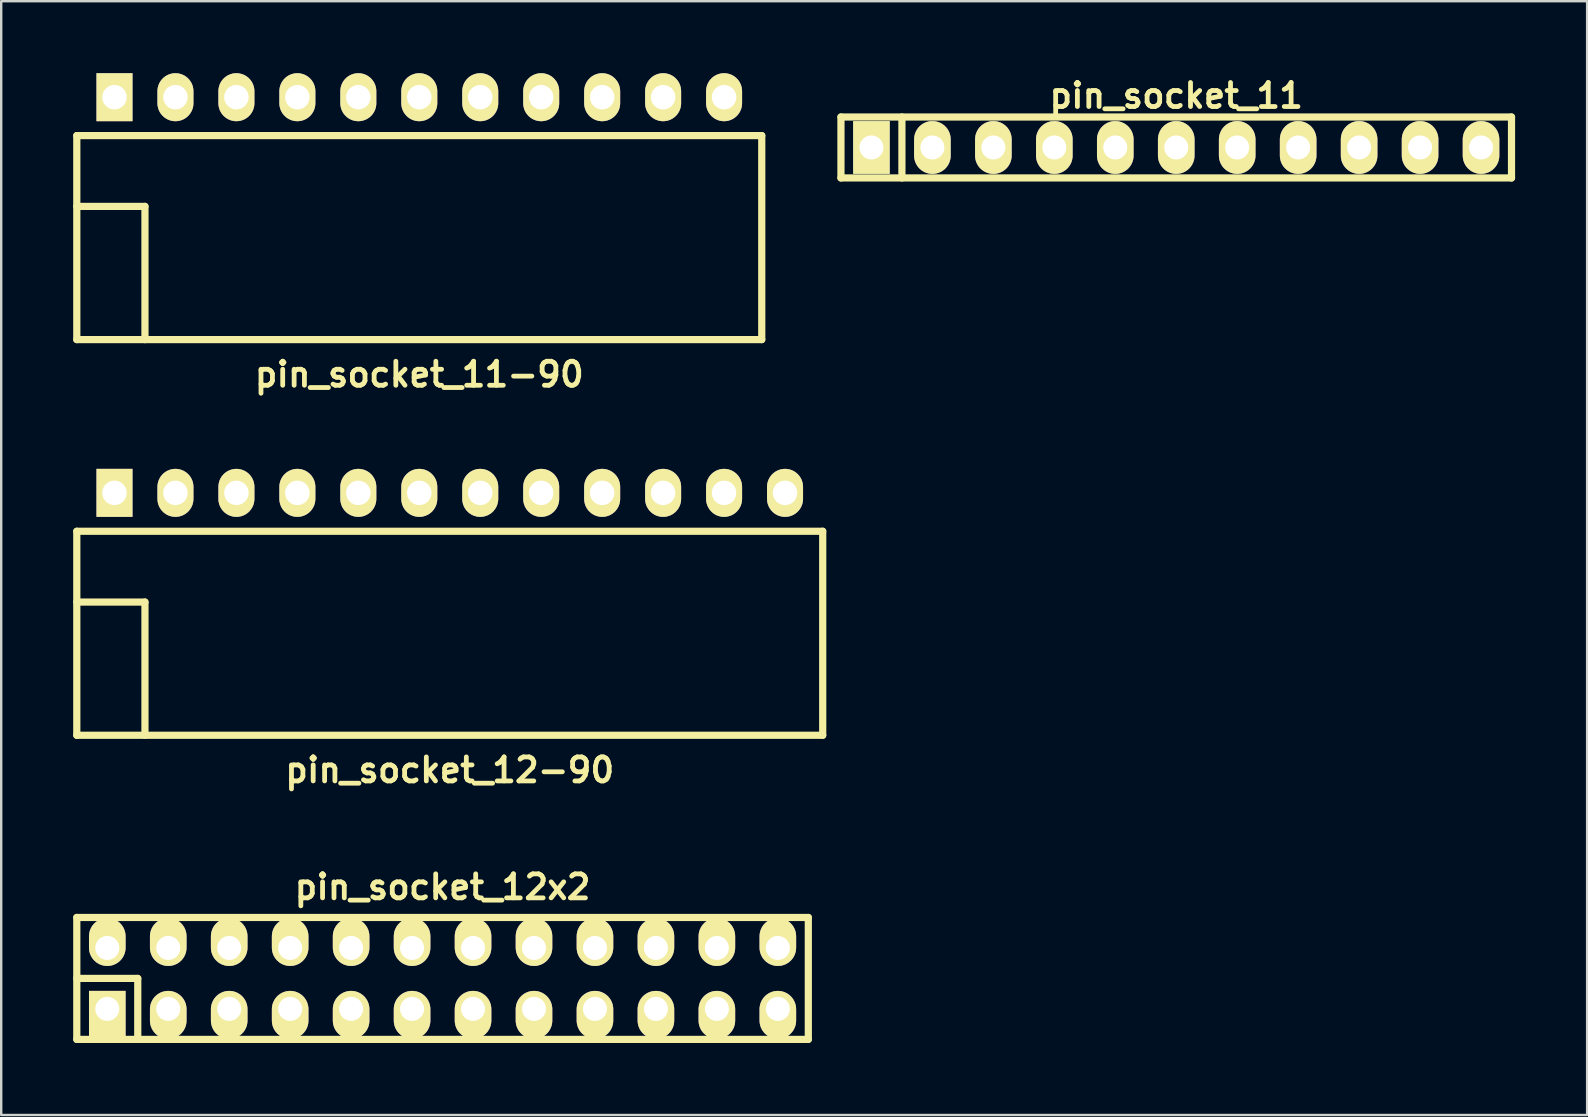
<source format=kicad_pcb>
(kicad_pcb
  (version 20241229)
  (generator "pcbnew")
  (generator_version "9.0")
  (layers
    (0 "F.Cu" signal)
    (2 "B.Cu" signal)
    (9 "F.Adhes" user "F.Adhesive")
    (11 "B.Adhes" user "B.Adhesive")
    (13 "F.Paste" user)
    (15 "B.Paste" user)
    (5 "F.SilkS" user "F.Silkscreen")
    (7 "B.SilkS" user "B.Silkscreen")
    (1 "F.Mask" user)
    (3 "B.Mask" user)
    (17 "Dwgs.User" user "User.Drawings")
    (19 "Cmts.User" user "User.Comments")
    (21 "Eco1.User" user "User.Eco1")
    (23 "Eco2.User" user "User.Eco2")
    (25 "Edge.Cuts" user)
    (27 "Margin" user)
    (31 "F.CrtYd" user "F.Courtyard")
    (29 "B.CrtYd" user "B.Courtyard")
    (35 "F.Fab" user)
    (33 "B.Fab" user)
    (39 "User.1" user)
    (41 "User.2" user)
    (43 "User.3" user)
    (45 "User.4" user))
  (footprint "pin_socket_11"
    (layer "F.Cu")
    (at 45.96 3.095)
    (property "Reference" "pin_socket_11" (at 0 -2.159 0) (layer "F.SilkS") (effects (font (size 1 1) (thickness 0.2))))
    (attr through_hole)
    (fp_line (start -13.97 -1.27) (end 13.97 -1.27) (stroke (width 0.3) (type solid)) (layer "F.SilkS"))
    (fp_line (start -13.97 1.27) (end -13.97 -1.27) (stroke (width 0.3) (type solid)) (layer "F.SilkS"))
    (fp_line (start -11.43 -1.27) (end -11.43 1.27) (stroke (width 0.3) (type solid)) (layer "F.SilkS"))
    (fp_line (start 13.97 -1.27) (end 13.97 1.27) (stroke (width 0.3) (type solid)) (layer "F.SilkS"))
    (fp_line (start 13.97 1.27) (end -13.97 1.27) (stroke (width 0.3) (type solid)) (layer "F.SilkS"))
    (pad "1" thru_hole rect (at -12.7 0) (size 1.524 2.2) (drill 1.001) (layers "*.Cu" "*.Mask" "F.SilkS"))
    (pad "2" thru_hole oval (at -10.16 0) (size 1.524 2.2) (drill 1.001) (layers "*.Cu" "*.Mask" "F.SilkS"))
    (pad "3" thru_hole oval (at -7.62 0) (size 1.524 2.2) (drill 1.001) (layers "*.Cu" "*.Mask" "F.SilkS"))
    (pad "4" thru_hole oval (at -5.08 0) (size 1.524 2.2) (drill 1.001) (layers "*.Cu" "*.Mask" "F.SilkS"))
    (pad "5" thru_hole oval (at -2.54 0) (size 1.524 2.2) (drill 1.001) (layers "*.Cu" "*.Mask" "F.SilkS"))
    (pad "6" thru_hole oval (at 0 0) (size 1.524 2.2) (drill 1.001) (layers "*.Cu" "*.Mask" "F.SilkS"))
    (pad "7" thru_hole oval (at 2.54 0) (size 1.524 2.2) (drill 1.001) (layers "*.Cu" "*.Mask" "F.SilkS"))
    (pad "8" thru_hole oval (at 5.08 0) (size 1.524 2.2) (drill 1.001) (layers "*.Cu" "*.Mask" "F.SilkS"))
    (pad "9" thru_hole oval (at 7.62 0) (size 1.524 2.2) (drill 1.001) (layers "*.Cu" "*.Mask" "F.SilkS"))
    (pad "10" thru_hole oval (at 10.16 0) (size 1.524 2.2) (drill 1.001) (layers "*.Cu" "*.Mask" "F.SilkS"))
    (pad "11" thru_hole oval (at 12.7 0) (size 1.524 2.2) (drill 1.001) (layers "*.Cu" "*.Mask" "F.SilkS")))
  (footprint "pin_socket_11-90"
    (layer "F.Cu")
    (at 14.42 5.55)
    (property "Reference" "pin_socket_11-90" (at 0 7 0) (layer "F.SilkS") (effects (font (size 1 1) (thickness 0.2))))
    (attr through_hole)
    (fp_line (start -14.27 -2.95) (end -14.27 5.55) (stroke (width 0.3) (type solid)) (layer "F.SilkS"))
    (fp_line (start -14.27 -2.95) (end 14.27 -2.95) (stroke (width 0.3) (type solid)) (layer "F.SilkS"))
    (fp_line (start -14.27 0) (end -11.43 0) (stroke (width 0.3) (type solid)) (layer "F.SilkS"))
    (fp_line (start -14.27 5.55) (end 14.27 5.55) (stroke (width 0.3) (type solid)) (layer "F.SilkS"))
    (fp_line (start -11.43 0) (end -11.43 5.55) (stroke (width 0.3) (type solid)) (layer "F.SilkS"))
    (fp_line (start 14.27 -2.95) (end 14.27 5.55) (stroke (width 0.3) (type solid)) (layer "F.SilkS"))
    (pad "1" thru_hole rect (at -12.7 -4.55) (size 1.5 2) (drill 1.02) (layers "*.Cu" "*.Mask" "F.SilkS"))
    (pad "2" thru_hole oval (at -10.16 -4.55) (size 1.5 2) (drill 1.02) (layers "*.Cu" "*.Mask" "F.SilkS"))
    (pad "3" thru_hole oval (at -7.62 -4.55) (size 1.5 2) (drill 1.02) (layers "*.Cu" "*.Mask" "F.SilkS"))
    (pad "4" thru_hole oval (at -5.08 -4.55) (size 1.5 2) (drill 1.02) (layers "*.Cu" "*.Mask" "F.SilkS"))
    (pad "5" thru_hole oval (at -2.54 -4.55) (size 1.5 2) (drill 1.02) (layers "*.Cu" "*.Mask" "F.SilkS"))
    (pad "6" thru_hole oval (at 0 -4.55) (size 1.5 2) (drill 1.02) (layers "*.Cu" "*.Mask" "F.SilkS"))
    (pad "7" thru_hole oval (at 2.54 -4.55) (size 1.5 2) (drill 1.02) (layers "*.Cu" "*.Mask" "F.SilkS"))
    (pad "8" thru_hole oval (at 5.08 -4.55) (size 1.5 2) (drill 1.02) (layers "*.Cu" "*.Mask" "F.SilkS"))
    (pad "9" thru_hole oval (at 7.62 -4.55) (size 1.5 2) (drill 1.02) (layers "*.Cu" "*.Mask" "F.SilkS"))
    (pad "10" thru_hole oval (at 10.16 -4.55) (size 1.5 2) (drill 1.02) (layers "*.Cu" "*.Mask" "F.SilkS"))
    (pad "1121" thru_hole oval (at 12.7 -4.55) (size 1.5 2) (drill 1.02) (layers "*.Cu" "*.Mask" "F.SilkS")))
  (footprint "pin_socket_12-90"
    (layer "F.Cu")
    (at 15.69 22.036)
    (property "Reference" "pin_socket_12-90" (at 0 7 0) (layer "F.SilkS") (effects (font (size 1 1) (thickness 0.2))))
    (attr through_hole)
    (fp_line (start -15.54 -2.95) (end -15.54 5.55) (stroke (width 0.3) (type solid)) (layer "F.SilkS"))
    (fp_line (start -15.54 -2.95) (end 15.54 -2.95) (stroke (width 0.3) (type solid)) (layer "F.SilkS"))
    (fp_line (start -15.54 0) (end -12.7 0) (stroke (width 0.3) (type solid)) (layer "F.SilkS"))
    (fp_line (start -15.54 5.55) (end 15.54 5.55) (stroke (width 0.3) (type solid)) (layer "F.SilkS"))
    (fp_line (start -12.7 0) (end -12.7 5.55) (stroke (width 0.3) (type solid)) (layer "F.SilkS"))
    (fp_line (start 15.54 -2.95) (end 15.54 5.55) (stroke (width 0.3) (type solid)) (layer "F.SilkS"))
    (pad "1" thru_hole rect (at -13.97 -4.55) (size 1.5 2) (drill 1.02) (layers "*.Cu" "*.Mask" "F.SilkS"))
    (pad "2" thru_hole oval (at -11.43 -4.55) (size 1.5 2) (drill 1.02) (layers "*.Cu" "*.Mask" "F.SilkS"))
    (pad "3" thru_hole oval (at -8.89 -4.55) (size 1.5 2) (drill 1.02) (layers "*.Cu" "*.Mask" "F.SilkS"))
    (pad "4" thru_hole oval (at -6.35 -4.55) (size 1.5 2) (drill 1.02) (layers "*.Cu" "*.Mask" "F.SilkS"))
    (pad "5" thru_hole oval (at -3.81 -4.55) (size 1.5 2) (drill 1.02) (layers "*.Cu" "*.Mask" "F.SilkS"))
    (pad "6" thru_hole oval (at -1.27 -4.55) (size 1.5 2) (drill 1.02) (layers "*.Cu" "*.Mask" "F.SilkS"))
    (pad "7" thru_hole oval (at 1.27 -4.55) (size 1.5 2) (drill 1.02) (layers "*.Cu" "*.Mask" "F.SilkS"))
    (pad "8" thru_hole oval (at 3.81 -4.55) (size 1.5 2) (drill 1.02) (layers "*.Cu" "*.Mask" "F.SilkS"))
    (pad "9" thru_hole oval (at 6.35 -4.55) (size 1.5 2) (drill 1.02) (layers "*.Cu" "*.Mask" "F.SilkS"))
    (pad "10" thru_hole oval (at 8.89 -4.55) (size 1.5 2) (drill 1.02) (layers "*.Cu" "*.Mask" "F.SilkS"))
    (pad "12" thru_hole oval (at 13.97 -4.55) (size 1.5 2) (drill 1.02) (layers "*.Cu" "*.Mask" "F.SilkS"))
    (pad "1121" thru_hole oval (at 11.43 -4.55) (size 1.5 2) (drill 1.02) (layers "*.Cu" "*.Mask" "F.SilkS")))
  (footprint "pin_socket_12x2"
    (layer "F.Cu")
    (at 15.39 37.718)
    (property "Reference" "pin_socket_12x2" (at 0 -3.81 0) (layer "F.SilkS") (effects (font (size 1 1) (thickness 0.2))))
    (attr through_hole)
    (fp_line (start -15.24 -2.54) (end -15.24 2.54) (stroke (width 0.3) (type solid)) (layer "F.SilkS"))
    (fp_line (start -15.24 -2.54) (end 15.24 -2.54) (stroke (width 0.3) (type solid)) (layer "F.SilkS"))
    (fp_line (start -15.24 0) (end -12.7 0) (stroke (width 0.3) (type solid)) (layer "F.SilkS"))
    (fp_line (start -12.7 0) (end -12.7 2.54) (stroke (width 0.3) (type solid)) (layer "F.SilkS"))
    (fp_line (start 15.24 2.54) (end -15.24 2.54) (stroke (width 0.3) (type solid)) (layer "F.SilkS"))
    (fp_line (start 15.24 2.54) (end 15.24 -2.54) (stroke (width 0.3) (type solid)) (layer "F.SilkS"))
    (pad "1" thru_hole rect (at -13.97 1.27) (size 1.524 1.999) (drill 1.001 (offset 0 0.249)) (layers "*.Cu" "*.Mask" "F.SilkS"))
    (pad "2" thru_hole oval (at -13.97 -1.27) (size 1.524 1.999) (drill 1.001 (offset 0 -0.249)) (layers "*.Cu" "*.Mask" "F.SilkS"))
    (pad "3" thru_hole oval (at -11.43 1.27) (size 1.524 1.999) (drill 1.001 (offset 0 0.249)) (layers "*.Cu" "*.Mask" "F.SilkS"))
    (pad "4" thru_hole oval (at -11.43 -1.27) (size 1.524 1.999) (drill 1.001 (offset 0 -0.249)) (layers "*.Cu" "*.Mask" "F.SilkS"))
    (pad "5" thru_hole oval (at -8.89 1.27) (size 1.524 1.999) (drill 1.001 (offset 0 0.249)) (layers "*.Cu" "*.Mask" "F.SilkS"))
    (pad "6" thru_hole oval (at -8.89 -1.27) (size 1.524 1.999) (drill 1.001 (offset 0 -0.249)) (layers "*.Cu" "*.Mask" "F.SilkS"))
    (pad "7" thru_hole oval (at -6.35 1.27) (size 1.524 1.999) (drill 1.001 (offset 0 0.249)) (layers "*.Cu" "*.Mask" "F.SilkS"))
    (pad "8" thru_hole oval (at -6.35 -1.27) (size 1.524 1.999) (drill 1.001 (offset 0 -0.249)) (layers "*.Cu" "*.Mask" "F.SilkS"))
    (pad "9" thru_hole oval (at -3.81 1.27) (size 1.524 1.999) (drill 1.001 (offset 0 0.249)) (layers "*.Cu" "*.Mask" "F.SilkS"))
    (pad "10" thru_hole oval (at -3.81 -1.27) (size 1.524 1.999) (drill 1.001 (offset 0 -0.249)) (layers "*.Cu" "*.Mask" "F.SilkS"))
    (pad "11" thru_hole oval (at -1.27 1.27) (size 1.524 1.999) (drill 1.001 (offset 0 0.249)) (layers "*.Cu" "*.Mask" "F.SilkS"))
    (pad "12" thru_hole oval (at -1.27 -1.27) (size 1.524 1.999) (drill 1.001 (offset 0 -0.249)) (layers "*.Cu" "*.Mask" "F.SilkS"))
    (pad "13" thru_hole oval (at 1.27 1.27) (size 1.524 1.999) (drill 1.001 (offset 0 0.249)) (layers "*.Cu" "*.Mask" "F.SilkS"))
    (pad "14" thru_hole oval (at 1.27 -1.27) (size 1.524 1.999) (drill 1.001 (offset 0 -0.249)) (layers "*.Cu" "*.Mask" "F.SilkS"))
    (pad "15" thru_hole oval (at 3.81 1.27) (size 1.524 1.999) (drill 1.001 (offset 0 0.249)) (layers "*.Cu" "*.Mask" "F.SilkS"))
    (pad "16" thru_hole oval (at 3.81 -1.27) (size 1.524 1.999) (drill 1.001 (offset 0 -0.249)) (layers "*.Cu" "*.Mask" "F.SilkS"))
    (pad "17" thru_hole oval (at 6.35 1.27) (size 1.524 1.999) (drill 1.001 (offset 0 0.249)) (layers "*.Cu" "*.Mask" "F.SilkS"))
    (pad "18" thru_hole oval (at 6.35 -1.27) (size 1.524 1.999) (drill 1.001 (offset 0 -0.249)) (layers "*.Cu" "*.Mask" "F.SilkS"))
    (pad "19" thru_hole oval (at 8.89 1.27) (size 1.524 1.999) (drill 1.001 (offset 0 0.249)) (layers "*.Cu" "*.Mask" "F.SilkS"))
    (pad "20" thru_hole oval (at 8.89 -1.27) (size 1.524 1.999) (drill 1.001 (offset 0 -0.249)) (layers "*.Cu" "*.Mask" "F.SilkS"))
    (pad "21" thru_hole oval (at 11.43 1.27) (size 1.524 1.999) (drill 1.001 (offset 0 0.249)) (layers "*.Cu" "*.Mask" "F.SilkS"))
    (pad "22" thru_hole oval (at 11.43 -1.27) (size 1.524 1.999) (drill 1.001 (offset 0 -0.249)) (layers "*.Cu" "*.Mask" "F.SilkS"))
    (pad "23" thru_hole oval (at 13.97 1.27) (size 1.524 1.999) (drill 1.001 (offset 0 0.249)) (layers "*.Cu" "*.Mask" "F.SilkS"))
    (pad "24" thru_hole oval (at 13.97 -1.27) (size 1.524 1.999) (drill 1.001 (offset 0 -0.249)) (layers "*.Cu" "*.Mask" "F.SilkS")))
  (gr_rect
    (start -3 -3)
    (end 63.08 43.408)
    (stroke (width 0.1) (type default))
    (fill no)
    (layer "Edge.Cuts")))
</source>
